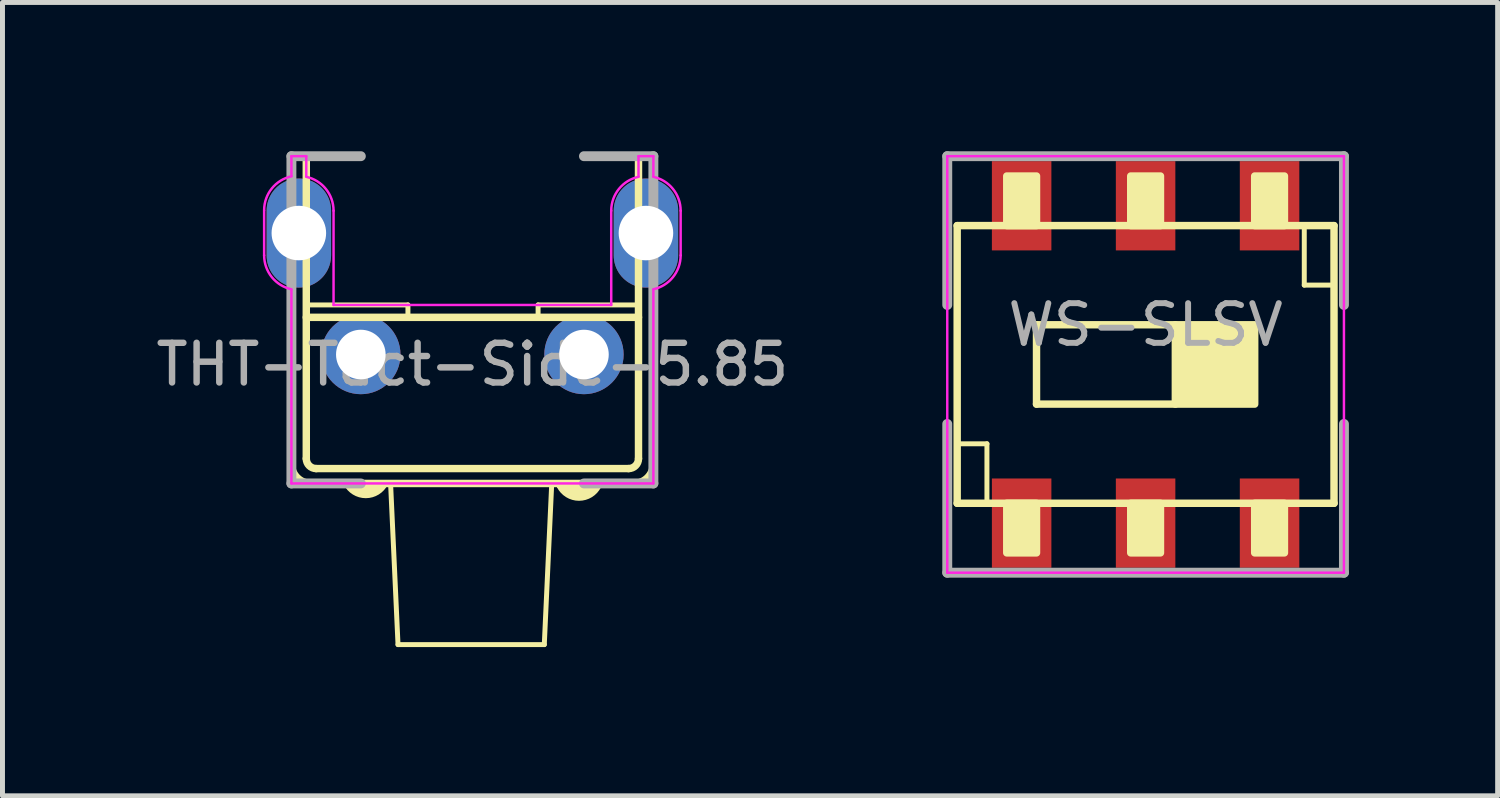
<source format=kicad_pcb>
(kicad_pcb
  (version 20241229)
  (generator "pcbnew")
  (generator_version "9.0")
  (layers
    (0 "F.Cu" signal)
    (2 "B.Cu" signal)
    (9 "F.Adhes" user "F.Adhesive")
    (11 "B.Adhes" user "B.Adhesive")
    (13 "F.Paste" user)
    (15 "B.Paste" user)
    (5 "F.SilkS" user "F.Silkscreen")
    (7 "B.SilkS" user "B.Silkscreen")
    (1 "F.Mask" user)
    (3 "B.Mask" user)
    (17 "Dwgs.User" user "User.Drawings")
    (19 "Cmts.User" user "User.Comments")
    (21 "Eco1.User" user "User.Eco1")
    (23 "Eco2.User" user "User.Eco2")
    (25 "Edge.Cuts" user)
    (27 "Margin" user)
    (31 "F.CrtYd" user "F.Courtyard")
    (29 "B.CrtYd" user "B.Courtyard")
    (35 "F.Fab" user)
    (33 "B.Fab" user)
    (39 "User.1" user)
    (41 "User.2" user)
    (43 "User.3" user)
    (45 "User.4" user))
  (footprint "THT-Tact-Side-5.85"
    (layer "F.Cu")
    (at 6.477 4.1)
    (property "Reference" "THT-Tact-Side-5.85" (at 0 0.2 0) (layer "F.Fab") (effects (font (size 0.8 0.8) (thickness 0.13))))
    (attr through_hole)
    (fp_line (start -3.65 2.2) (end -3.65 -4) (stroke (width 0.15) (type solid)) (layer "F.SilkS"))
    (fp_line (start -3.35 -4) (end -3.65 -4) (stroke (width 0.15) (type solid)) (layer "F.SilkS"))
    (fp_line (start -3.35 -0.75) (end 3.35 -0.75) (stroke (width 0.15) (type solid)) (layer "F.SilkS"))
    (fp_line (start -3.35 2.1) (end -3.35 -4) (stroke (width 0.15) (type solid)) (layer "F.SilkS"))
    (fp_line (start -3.325 -1) (end -1.3 -1) (stroke (width 0.1) (type solid)) (layer "F.SilkS"))
    (fp_line (start -3.25 2.6) (end 3.25 2.6) (stroke (width 0.15) (type solid)) (layer "F.SilkS"))
    (fp_line (start -3.15 2.3) (end 3.15 2.3) (stroke (width 0.15) (type solid)) (layer "F.SilkS"))
    (fp_line (start -1.65 2.6) (end -1.5 5.85) (stroke (width 0.1) (type solid)) (layer "F.SilkS"))
    (fp_line (start -1.5 5.85) (end 1.45 5.85) (stroke (width 0.1) (type solid)) (layer "F.SilkS"))
    (fp_line (start -1.3 -1) (end -1.3 -0.75) (stroke (width 0.1) (type solid)) (layer "F.SilkS"))
    (fp_line (start 1.325 -1) (end 1.325 -0.75) (stroke (width 0.1) (type solid)) (layer "F.SilkS"))
    (fp_line (start 1.45 5.85) (end 1.6 2.6) (stroke (width 0.1) (type solid)) (layer "F.SilkS"))
    (fp_line (start 3.35 -1) (end 1.325 -1) (stroke (width 0.1) (type solid)) (layer "F.SilkS"))
    (fp_line (start 3.35 -4) (end 3.35 2.1) (stroke (width 0.15) (type solid)) (layer "F.SilkS"))
    (fp_line (start 3.65 -4) (end 3.35 -4) (stroke (width 0.15) (type solid)) (layer "F.SilkS"))
    (fp_line (start 3.65 -4) (end 3.65 2.2) (stroke (width 0.15) (type solid)) (layer "F.SilkS"))
    (fp_arc (start -3.25 2.6) (mid -3.532843 2.482843) (end -3.65 2.2) (stroke (width 0.15) (type default)) (layer "F.SilkS"))
    (fp_arc (start -3.15 2.3) (mid -3.291421 2.241421) (end -3.35 2.1) (stroke (width 0.15) (type default)) (layer "F.SilkS"))
    (fp_arc (start -1.75 2.6) (mid -2.149999 2.847213) (end -2.549998 2.6) (stroke (width 0.1) (type default)) (layer "F.SilkS"))
    (fp_arc (start 2.549999 2.652787) (mid 2.15 2.9) (end 1.750001 2.652787) (stroke (width 0.1) (type default)) (layer "F.SilkS"))
    (fp_arc (start 3.35 2.1) (mid 3.291421 2.241421) (end 3.15 2.3) (stroke (width 0.15) (type default)) (layer "F.SilkS"))
    (fp_arc (start 3.65 2.2) (mid 3.532843 2.482843) (end 3.25 2.6) (stroke (width 0.15) (type default)) (layer "F.SilkS"))
    (fp_poly (pts (xy -2.55 2.6) (xy -2.3 2.8) (xy -2.05 2.8) (xy -1.75 2.6)) (stroke (width 0.1) (type solid)) (fill yes) (layer "F.SilkS"))
    (fp_poly (pts (xy 1.75 2.653) (xy 2 2.853) (xy 2.25 2.853) (xy 2.55 2.653)) (stroke (width 0.1) (type solid)) (fill yes) (layer "F.SilkS"))
    (fp_line (start -4.2 -2) (end -4.2 -2.9) (stroke (width 0.05) (type solid)) (layer "F.CrtYd"))
    (fp_line (start -3.65 -1.3) (end -3.65 2.6) (stroke (width 0.05) (type solid)) (layer "F.CrtYd"))
    (fp_line (start -3.65 2.6) (end 3.65 2.6) (stroke (width 0.05) (type solid)) (layer "F.CrtYd"))
    (fp_line (start -3.65 -4) (end -3.65 -3.6) (stroke (width 0.05) (type solid)) (layer "F.CrtYd"))
    (fp_line (start -3.35 -4) (end -3.65 -4) (stroke (width 0.05) (type solid)) (layer "F.CrtYd"))
    (fp_line (start -3.35 -4) (end -3.35 -3.6) (stroke (width 0.05) (type solid)) (layer "F.CrtYd"))
    (fp_line (start -2.8 -1) (end -2.8 -2.9) (stroke (width 0.05) (type solid)) (layer "F.CrtYd"))
    (fp_line (start -2.8 -1) (end 2.8 -1) (stroke (width 0.05) (type solid)) (layer "F.CrtYd"))
    (fp_line (start 2.8 -1) (end 2.8 -2.9) (stroke (width 0.05) (type solid)) (layer "F.CrtYd"))
    (fp_line (start 3.35 -4) (end 3.35 -3.6) (stroke (width 0.05) (type solid)) (layer "F.CrtYd"))
    (fp_line (start 3.65 -4) (end 3.35 -4) (stroke (width 0.05) (type solid)) (layer "F.CrtYd"))
    (fp_line (start 3.65 -1.3) (end 3.65 2.6) (stroke (width 0.05) (type solid)) (layer "F.CrtYd"))
    (fp_line (start 3.65 -4) (end 3.65 -3.6) (stroke (width 0.05) (type solid)) (layer "F.CrtYd"))
    (fp_line (start 4.2 -2) (end 4.2 -2.9) (stroke (width 0.05) (type solid)) (layer "F.CrtYd"))
    (fp_arc (start -4.2 -2.909926) (mid -4.044366 -3.35) (end -3.64667 -3.594388) (stroke (width 0.05) (type default)) (layer "F.CrtYd"))
    (fp_arc (start -3.646672 -1.315538) (mid -4.044367 -1.559926) (end -4.200001 -2) (stroke (width 0.05) (type default)) (layer "F.CrtYd"))
    (fp_arc (start -3.353328 -3.584462) (mid -2.955633 -3.340074) (end -2.799999 -2.9) (stroke (width 0.05) (type default)) (layer "F.CrtYd"))
    (fp_arc (start 2.8 -2.9) (mid 2.955634 -3.340074) (end 3.35333 -3.584462) (stroke (width 0.05) (type default)) (layer "F.CrtYd"))
    (fp_arc (start 3.646671 -3.584462) (mid 4.044366 -3.340074) (end 4.2 -2.9) (stroke (width 0.05) (type default)) (layer "F.CrtYd"))
    (fp_arc (start 4.2 -2) (mid 4.044366 -1.559926) (end 3.64667 -1.315538) (stroke (width 0.05) (type default)) (layer "F.CrtYd"))
    (fp_line (start -3.65 -4) (end -3.65 2.6) (stroke (width 0.2) (type solid)) (layer "F.Fab"))
    (fp_line (start -3.65 2.6) (end -2.25 2.6) (stroke (width 0.2) (type solid)) (layer "F.Fab"))
    (fp_line (start -2.25 -4) (end -3.65 -4) (stroke (width 0.2) (type solid)) (layer "F.Fab"))
    (fp_line (start 2.25 -4) (end 3.65 -4) (stroke (width 0.2) (type solid)) (layer "F.Fab"))
    (fp_line (start 2.25 2.6) (end 3.65 2.6) (stroke (width 0.2) (type solid)) (layer "F.Fab"))
    (fp_line (start 3.65 -4) (end 3.65 2.6) (stroke (width 0.2) (type solid)) (layer "F.Fab"))
    (pad "0" thru_hole oval (at -3.5 -2.45) (size 1.3 2.2) (drill 1.1) (layers "*.Cu" "*.Mask"))
    (pad "0" thru_hole oval (at 3.5 -2.45) (size 1.3 2.2) (drill 1.1) (layers "*.Cu" "*.Mask"))
    (pad "1" thru_hole circle (at -2.25 0) (size 1.6 1.6) (drill 1) (layers "*.Cu" "*.Mask"))
    (pad "2" thru_hole circle (at 2.25 0) (size 1.6 1.6) (drill 1) (layers "*.Cu" "*.Mask")))
  (footprint "WS-SLSV"
    (layer "F.Cu")
    (at 20.054 4.3)
    (property "Reference" "WS-SLSV" (at 0 -0.8 0) (layer "F.Fab") (effects (font (size 0.8 0.8) (thickness 0.12))))
    (attr through_hole)
    (fp_line (start -3.8 -2.8) (end -3.8 2.8) (stroke (width 0.15) (type solid)) (layer "F.SilkS"))
    (fp_line (start -3.8 -2.8) (end 3.8 -2.8) (stroke (width 0.15) (type solid)) (layer "F.SilkS"))
    (fp_line (start -3.8 2.8) (end 3.8 2.8) (stroke (width 0.15) (type solid)) (layer "F.SilkS"))
    (fp_line (start -3.2 1.6) (end -3.8 1.6) (stroke (width 0.1) (type solid)) (layer "F.SilkS"))
    (fp_line (start -3.2 2.8) (end -3.2 1.6) (stroke (width 0.1) (type solid)) (layer "F.SilkS"))
    (fp_line (start -2.2 -0.8) (end 0.6 -0.8) (stroke (width 0.15) (type solid)) (layer "F.SilkS"))
    (fp_line (start -2.2 0.8) (end -2.2 -0.8) (stroke (width 0.15) (type solid)) (layer "F.SilkS"))
    (fp_line (start -2.2 0.8) (end 0.6 0.8) (stroke (width 0.15) (type solid)) (layer "F.SilkS"))
    (fp_line (start 3.2 -1.6) (end 3.2 -2.8) (stroke (width 0.1) (type solid)) (layer "F.SilkS"))
    (fp_line (start 3.8 -2.8) (end 3.8 2.8) (stroke (width 0.15) (type solid)) (layer "F.SilkS"))
    (fp_line (start 3.8 -1.6) (end 3.2 -1.6) (stroke (width 0.1) (type solid)) (layer "F.SilkS"))
    (fp_poly (pts (xy -2.2 -2.8) (xy -2.8 -2.8) (xy -2.8 -3.8) (xy -2.2 -3.8)) (stroke (width 0.15) (type solid)) (fill yes) (layer "F.SilkS"))
    (fp_poly (pts (xy -2.2 3.8) (xy -2.8 3.8) (xy -2.8 2.8) (xy -2.2 2.8)) (stroke (width 0.15) (type solid)) (fill yes) (layer "F.SilkS"))
    (fp_poly (pts (xy 0.3 -2.8) (xy -0.3 -2.8) (xy -0.3 -3.8) (xy 0.3 -3.8)) (stroke (width 0.15) (type solid)) (fill yes) (layer "F.SilkS"))
    (fp_poly (pts (xy 0.3 3.8) (xy -0.3 3.8) (xy -0.3 2.8) (xy 0.3 2.8)) (stroke (width 0.15) (type solid)) (fill yes) (layer "F.SilkS"))
    (fp_poly (pts (xy 2.2 0.8) (xy 0.6 0.8) (xy 0.6 -0.8) (xy 2.2 -0.8)) (stroke (width 0.15) (type solid)) (fill yes) (layer "F.SilkS"))
    (fp_poly (pts (xy 2.8 -2.8) (xy 2.2 -2.8) (xy 2.2 -3.8) (xy 2.8 -3.8)) (stroke (width 0.15) (type solid)) (fill yes) (layer "F.SilkS"))
    (fp_poly (pts (xy 2.8 3.8) (xy 2.2 3.8) (xy 2.2 2.8) (xy 2.8 2.8)) (stroke (width 0.15) (type solid)) (fill yes) (layer "F.SilkS"))
    (fp_line (start -4 -4.2) (end -4 4.2) (stroke (width 0.05) (type solid)) (layer "F.CrtYd"))
    (fp_line (start -4 -4.2) (end 4 -4.2) (stroke (width 0.05) (type solid)) (layer "F.CrtYd"))
    (fp_line (start -4 4.2) (end 4 4.2) (stroke (width 0.05) (type solid)) (layer "F.CrtYd"))
    (fp_line (start 4 -4.2) (end 4 4.2) (stroke (width 0.05) (type solid)) (layer "F.CrtYd"))
    (fp_line (start -4 -4.2) (end -4 -1.2) (stroke (width 0.2) (type solid)) (layer "F.Fab"))
    (fp_line (start -4 -4.2) (end 4 -4.2) (stroke (width 0.2) (type solid)) (layer "F.Fab"))
    (fp_line (start -4 1.2) (end -4 4.2) (stroke (width 0.2) (type solid)) (layer "F.Fab"))
    (fp_line (start -4 4.2) (end 4 4.2) (stroke (width 0.2) (type solid)) (layer "F.Fab"))
    (fp_line (start 4 -4.2) (end 4 -1.2) (stroke (width 0.2) (type solid)) (layer "F.Fab"))
    (fp_line (start 4 1.2) (end 4 4.2) (stroke (width 0.2) (type solid)) (layer "F.Fab"))
    (pad "1" smd rect (at -2.5 -3.2) (size 1.2 1.8) (layers "F.Cu" "F.Mask" "F.Paste"))
    (pad "2" smd rect (at 0 -3.2) (size 1.2 1.8) (layers "F.Cu" "F.Mask" "F.Paste"))
    (pad "3" smd rect (at 2.5 -3.2) (size 1.2 1.8) (layers "F.Cu" "F.Mask" "F.Paste"))
    (pad "4" smd rect (at -2.5 3.2) (size 1.2 1.8) (layers "F.Cu" "F.Mask" "F.Paste"))
    (pad "5" smd rect (at 0 3.2) (size 1.2 1.8) (layers "F.Cu" "F.Mask" "F.Paste"))
    (pad "6" smd rect (at 2.5 3.2) (size 1.2 1.8) (layers "F.Cu" "F.Mask" "F.Paste")))
  (gr_rect
    (start -3 -3)
    (end 27.154 13)
    (stroke (width 0.1) (type default))
    (fill no)
    (layer "Edge.Cuts")))
</source>
